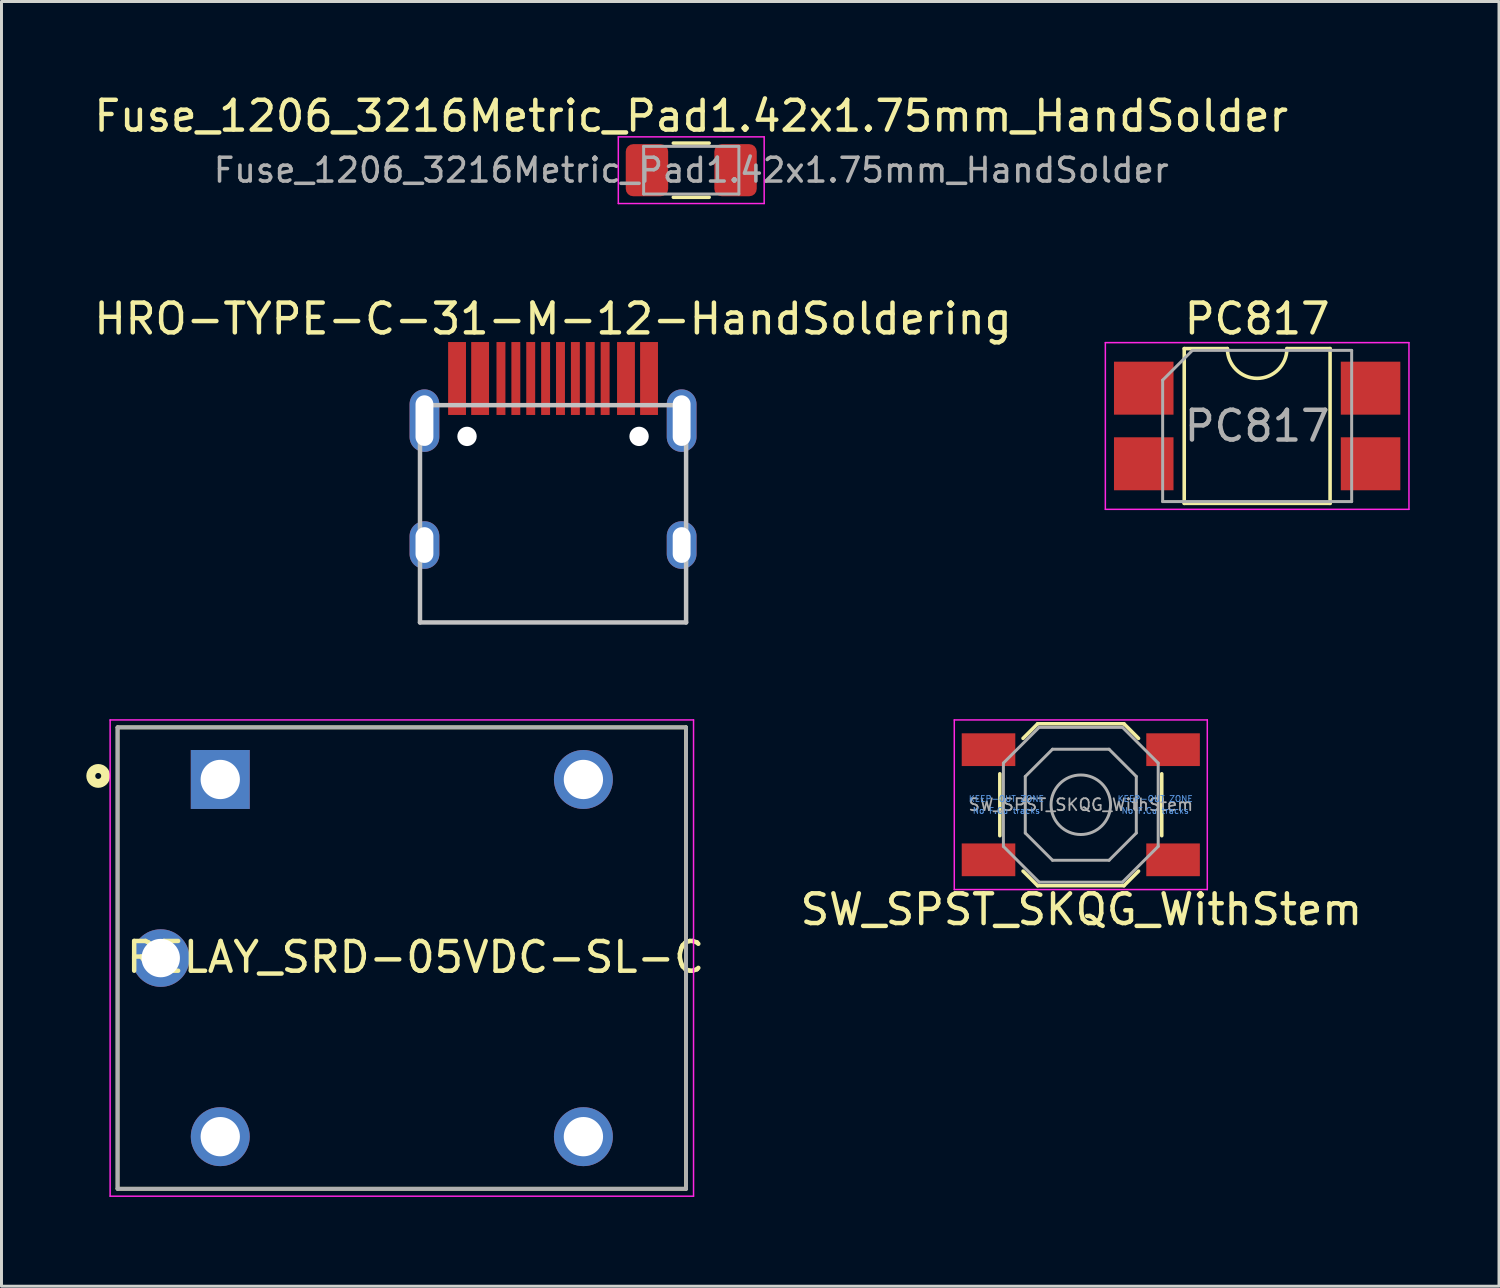
<source format=kicad_pcb>
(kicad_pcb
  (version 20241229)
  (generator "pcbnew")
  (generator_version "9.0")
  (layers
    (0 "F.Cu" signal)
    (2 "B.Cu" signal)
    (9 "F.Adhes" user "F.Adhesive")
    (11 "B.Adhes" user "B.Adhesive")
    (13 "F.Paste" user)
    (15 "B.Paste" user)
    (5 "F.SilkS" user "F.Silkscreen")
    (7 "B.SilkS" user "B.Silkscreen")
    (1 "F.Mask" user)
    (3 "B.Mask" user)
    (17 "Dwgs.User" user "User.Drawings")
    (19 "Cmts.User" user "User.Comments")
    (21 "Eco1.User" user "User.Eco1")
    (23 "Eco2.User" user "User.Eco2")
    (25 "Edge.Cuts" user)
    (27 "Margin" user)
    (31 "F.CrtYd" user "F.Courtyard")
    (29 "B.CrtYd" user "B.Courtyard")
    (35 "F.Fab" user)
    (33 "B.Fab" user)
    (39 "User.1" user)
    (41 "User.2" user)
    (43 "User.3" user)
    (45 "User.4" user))
  (footprint "RELAY_SRD-05VDC-SL-C"
    (layer "F.Cu")
    (at 10.45 29.137)
    (property "Reference" "RELAY_SRD-05VDC-SL-C" (at 0.46 -0.03 0) (layer "F.SilkS") (effects (font (size 1 1) (thickness 0.15))))
    (attr through_hole)
    (fp_line (start -9.55 -7.75) (end 9.55 -7.75) (stroke (width 0.127) (type solid)) (layer "F.SilkS"))
    (fp_line (start -9.55 7.75) (end -9.55 -7.75) (stroke (width 0.127) (type solid)) (layer "F.SilkS"))
    (fp_line (start 9.55 -7.75) (end 9.55 7.75) (stroke (width 0.127) (type solid)) (layer "F.SilkS"))
    (fp_line (start 9.55 7.75) (end -9.55 7.75) (stroke (width 0.127) (type solid)) (layer "F.SilkS"))
    (fp_circle (center -10.2 -6.119) (end -10.1 -6.119) (stroke (width 0.3) (type solid)) (fill no) (layer "F.SilkS"))
    (fp_line (start -9.8 -8) (end 9.8 -8) (stroke (width 0.05) (type solid)) (layer "F.CrtYd"))
    (fp_line (start -9.8 8) (end -9.8 -8) (stroke (width 0.05) (type solid)) (layer "F.CrtYd"))
    (fp_line (start 9.8 -8) (end 9.8 8) (stroke (width 0.05) (type solid)) (layer "F.CrtYd"))
    (fp_line (start 9.8 8) (end -9.8 8) (stroke (width 0.05) (type solid)) (layer "F.CrtYd"))
    (fp_line (start -9.55 -7.75) (end 9.55 -7.75) (stroke (width 0.127) (type solid)) (layer "F.Fab"))
    (fp_line (start -9.55 7.75) (end -9.55 -7.75) (stroke (width 0.127) (type solid)) (layer "F.Fab"))
    (fp_line (start 9.55 -7.75) (end 9.55 7.75) (stroke (width 0.127) (type solid)) (layer "F.Fab"))
    (fp_line (start 9.55 7.75) (end -9.55 7.75) (stroke (width 0.127) (type solid)) (layer "F.Fab"))
    (pad "A1" thru_hole rect (at -6.1 -6) (size 1.98 1.98) (drill 1.32) (layers "*.Cu" "*.Mask"))
    (pad "A2" thru_hole circle (at -6.1 6) (size 1.98 1.98) (drill 1.32) (layers "*.Cu" "*.Mask"))
    (pad "COM" thru_hole circle (at -8.1 0) (size 1.935 1.935) (drill 1.29) (layers "*.Cu" "*.Mask"))
    (pad "NC" thru_hole circle (at 6.1 -6) (size 1.98 1.98) (drill 1.32) (layers "*.Cu" "*.Mask"))
    (pad "NO" thru_hole circle (at 6.1 6) (size 1.98 1.98) (drill 1.32) (layers "*.Cu" "*.Mask")))
  (footprint "SW_SPST_SKQG_WithStem"
    (layer "F.Cu")
    (at 33.26 23.986)
    (property "Reference" "SW_SPST_SKQG_WithStem" (at 0.02 3.52 0) (layer "F.SilkS") (effects (font (size 1 1) (thickness 0.15))))
    (attr smd)
    (fp_line (start -2.72 1.04) (end -2.72 -1.04) (stroke (width 0.12) (type solid)) (layer "F.SilkS"))
    (fp_line (start -1.45 -2.72) (end -1.94 -2.23) (stroke (width 0.12) (type solid)) (layer "F.SilkS"))
    (fp_line (start -1.45 -2.72) (end 1.45 -2.72) (stroke (width 0.12) (type solid)) (layer "F.SilkS"))
    (fp_line (start -1.45 2.72) (end -1.94 2.23) (stroke (width 0.12) (type solid)) (layer "F.SilkS"))
    (fp_line (start -1.45 2.72) (end 1.45 2.72) (stroke (width 0.12) (type solid)) (layer "F.SilkS"))
    (fp_line (start 1.45 -2.72) (end 1.94 -2.23) (stroke (width 0.12) (type solid)) (layer "F.SilkS"))
    (fp_line (start 1.45 2.72) (end 1.94 2.23) (stroke (width 0.12) (type solid)) (layer "F.SilkS"))
    (fp_line (start 2.72 1.04) (end 2.72 -1.04) (stroke (width 0.12) (type solid)) (layer "F.SilkS"))
    (fp_line (start -4.25 -2.85) (end -4.25 2.85) (stroke (width 0.05) (type solid)) (layer "F.CrtYd"))
    (fp_line (start -4.25 2.85) (end 4.25 2.85) (stroke (width 0.05) (type solid)) (layer "F.CrtYd"))
    (fp_line (start 4.25 -2.85) (end -4.25 -2.85) (stroke (width 0.05) (type solid)) (layer "F.CrtYd"))
    (fp_line (start 4.25 2.85) (end 4.25 -2.85) (stroke (width 0.05) (type solid)) (layer "F.CrtYd"))
    (fp_line (start -2.6 -1.4) (end -1.4 -2.6) (stroke (width 0.1) (type solid)) (layer "F.Fab"))
    (fp_line (start -2.6 1.4) (end -2.6 -1.4) (stroke (width 0.1) (type solid)) (layer "F.Fab"))
    (fp_line (start -1.865 0.95) (end -1.865 -0.95) (stroke (width 0.1) (type solid)) (layer "F.Fab"))
    (fp_line (start -1.4 -2.6) (end 1.4 -2.6) (stroke (width 0.1) (type solid)) (layer "F.Fab"))
    (fp_line (start -1.4 2.6) (end -2.6 1.4) (stroke (width 0.1) (type solid)) (layer "F.Fab"))
    (fp_line (start -0.95 -1.865) (end -1.865 -0.95) (stroke (width 0.1) (type solid)) (layer "F.Fab"))
    (fp_line (start -0.95 -1.865) (end 0.95 -1.865) (stroke (width 0.1) (type solid)) (layer "F.Fab"))
    (fp_line (start -0.95 1.865) (end -1.865 0.95) (stroke (width 0.1) (type solid)) (layer "F.Fab"))
    (fp_line (start 0.95 -1.865) (end 1.865 -0.95) (stroke (width 0.1) (type solid)) (layer "F.Fab"))
    (fp_line (start 0.95 1.865) (end -0.95 1.865) (stroke (width 0.1) (type solid)) (layer "F.Fab"))
    (fp_line (start 0.95 1.865) (end 1.865 0.95) (stroke (width 0.1) (type solid)) (layer "F.Fab"))
    (fp_line (start 1.4 -2.6) (end 2.6 -1.4) (stroke (width 0.1) (type solid)) (layer "F.Fab"))
    (fp_line (start 1.4 2.6) (end -1.4 2.6) (stroke (width 0.1) (type solid)) (layer "F.Fab"))
    (fp_line (start 1.865 -0.95) (end 1.865 0.95) (stroke (width 0.1) (type solid)) (layer "F.Fab"))
    (fp_line (start 2.6 -1.4) (end 2.6 1.4) (stroke (width 0.1) (type solid)) (layer "F.Fab"))
    (fp_line (start 2.6 1.4) (end 1.4 2.6) (stroke (width 0.1) (type solid)) (layer "F.Fab"))
    (fp_circle (center 0 0) (end 1 0) (stroke (width 0.1) (type solid)) (fill no) (layer "F.Fab"))
    (fp_text user "No F.Cu tracks" (at 2.5 0.2 0) (layer "Cmts.User") (effects (font (size 0.2 0.2) (thickness 0.03))))
    (fp_text user "KEEP-OUT ZONE" (at -2.5 -0.2 0) (layer "Cmts.User") (effects (font (size 0.2 0.2) (thickness 0.03))))
    (fp_text user "No F.Cu tracks" (at -2.5 0.2 0) (layer "Cmts.User") (effects (font (size 0.2 0.2) (thickness 0.03))))
    (fp_text user "KEEP-OUT ZONE" (at 2.5 -0.2 0) (layer "Cmts.User") (effects (font (size 0.2 0.2) (thickness 0.03))))
    (fp_text user "${REFERENCE}" (at 0 0 0) (layer "F.Fab") (effects (font (size 0.4 0.4) (thickness 0.06))))
    (pad "1" smd rect (at -3.1 -1.85) (size 1.8 1.1) (layers "F.Cu" "F.Mask" "F.Paste"))
    (pad "1" smd rect (at 3.1 -1.85) (size 1.8 1.1) (layers "F.Cu" "F.Mask" "F.Paste"))
    (pad "2" smd rect (at -3.1 1.85) (size 1.8 1.1) (layers "F.Cu" "F.Mask" "F.Paste"))
    (pad "2" smd rect (at 3.1 1.85) (size 1.8 1.1) (layers "F.Cu" "F.Mask" "F.Paste"))
    (zone (net_name "") (layer "F.Cu") (hatch full 0.508) (connect_pads) (min_thickness 0.254) (filled_areas_thickness no) (keepout (tracks not_allowed) (vias not_allowed) (pads not_allowed) (copperpour not_allowed) (footprints not_allowed)) (placement (enabled no)) (fill) (polygon (pts (xy 29.26 22.686) (xy 32.26 22.686) (xy 32.26 25.287) (xy 29.26 25.287))))
    (zone (net_name "") (layer "F.Cu") (hatch full 0.508) (connect_pads) (min_thickness 0.254) (filled_areas_thickness no) (keepout (tracks not_allowed) (vias not_allowed) (pads not_allowed) (copperpour not_allowed) (footprints not_allowed)) (placement (enabled no)) (fill) (polygon (pts (xy 34.26 22.686) (xy 37.26 22.686) (xy 37.26 25.287) (xy 34.26 25.287)))))
  (footprint "Fuse_1206_3216Metric_Pad1.42x1.75mm_HandSolder"
    (layer "F.Cu")
    (at 20.173 2.668)
    (property "Reference" "Fuse_1206_3216Metric_Pad1.42x1.75mm_HandSolder" (at 0 -1.82 0) (layer "F.SilkS") (effects (font (size 1 1) (thickness 0.15))))
    (attr smd)
    (fp_line (start -0.602 -0.91) (end 0.602 -0.91) (stroke (width 0.12) (type solid)) (layer "F.SilkS"))
    (fp_line (start -0.602 0.91) (end 0.602 0.91) (stroke (width 0.12) (type solid)) (layer "F.SilkS"))
    (fp_line (start -2.45 -1.12) (end 2.45 -1.12) (stroke (width 0.05) (type solid)) (layer "F.CrtYd"))
    (fp_line (start -2.45 1.12) (end -2.45 -1.12) (stroke (width 0.05) (type solid)) (layer "F.CrtYd"))
    (fp_line (start 2.45 -1.12) (end 2.45 1.12) (stroke (width 0.05) (type solid)) (layer "F.CrtYd"))
    (fp_line (start 2.45 1.12) (end -2.45 1.12) (stroke (width 0.05) (type solid)) (layer "F.CrtYd"))
    (fp_line (start -1.6 -0.8) (end 1.6 -0.8) (stroke (width 0.1) (type solid)) (layer "F.Fab"))
    (fp_line (start -1.6 0.8) (end -1.6 -0.8) (stroke (width 0.1) (type solid)) (layer "F.Fab"))
    (fp_line (start 1.6 -0.8) (end 1.6 0.8) (stroke (width 0.1) (type solid)) (layer "F.Fab"))
    (fp_line (start 1.6 0.8) (end -1.6 0.8) (stroke (width 0.1) (type solid)) (layer "F.Fab"))
    (fp_text user "${REFERENCE}" (at 0 0 0) (layer "F.Fab") (effects (font (size 0.8 0.8) (thickness 0.12))))
    (pad "1" smd roundrect (at -1.488 0) (size 1.425 1.75) (layers "F.Cu" "F.Mask" "F.Paste") (roundrect_rratio 0.175))
    (pad "2" smd roundrect (at 1.488 0) (size 1.425 1.75) (layers "F.Cu" "F.Mask" "F.Paste") (roundrect_rratio 0.175)))
  (footprint "PC817"
    (layer "F.Cu")
    (at 39.185 11.261)
    (property "Reference" "PC817" (at 0 -3.6 180) (layer "F.SilkS") (effects (font (size 1 1) (thickness 0.15))))
    (attr smd)
    (fp_line (start -2.45 -2.6) (end -2.45 2.6) (stroke (width 0.12) (type solid)) (layer "F.SilkS"))
    (fp_line (start -2.45 2.6) (end 2.45 2.6) (stroke (width 0.12) (type solid)) (layer "F.SilkS"))
    (fp_line (start -1 -2.6) (end -2.45 -2.6) (stroke (width 0.12) (type solid)) (layer "F.SilkS"))
    (fp_line (start 2.45 -2.6) (end 1 -2.6) (stroke (width 0.12) (type solid)) (layer "F.SilkS"))
    (fp_line (start 2.45 2.6) (end 2.45 -2.6) (stroke (width 0.12) (type solid)) (layer "F.SilkS"))
    (fp_arc (start 1 -2.6) (mid 0 -1.6) (end -1 -2.6) (stroke (width 0.12) (type solid)) (layer "F.SilkS"))
    (fp_line (start -5.1 -2.8) (end -5.1 2.8) (stroke (width 0.05) (type solid)) (layer "F.CrtYd"))
    (fp_line (start -5.1 2.8) (end 5.1 2.8) (stroke (width 0.05) (type solid)) (layer "F.CrtYd"))
    (fp_line (start 5.1 -2.8) (end -5.1 -2.8) (stroke (width 0.05) (type solid)) (layer "F.CrtYd"))
    (fp_line (start 5.1 2.8) (end 5.1 -2.8) (stroke (width 0.05) (type solid)) (layer "F.CrtYd"))
    (fp_line (start -3.175 -1.54) (end -2.175 -2.54) (stroke (width 0.1) (type solid)) (layer "F.Fab"))
    (fp_line (start -3.175 2.54) (end -3.175 -1.54) (stroke (width 0.1) (type solid)) (layer "F.Fab"))
    (fp_line (start -2.175 -2.54) (end 3.175 -2.54) (stroke (width 0.1) (type solid)) (layer "F.Fab"))
    (fp_line (start 3.175 -2.54) (end 3.175 2.54) (stroke (width 0.1) (type solid)) (layer "F.Fab"))
    (fp_line (start 3.175 2.54) (end -3.175 2.54) (stroke (width 0.1) (type solid)) (layer "F.Fab"))
    (fp_text user "${REFERENCE}" (at 0 0 180) (layer "F.Fab") (effects (font (size 1 1) (thickness 0.15))))
    (pad "1" smd rect (at -3.81 -1.27) (size 2 1.78) (layers "F.Cu" "F.Mask" "F.Paste"))
    (pad "2" smd rect (at -3.81 1.27) (size 2 1.78) (layers "F.Cu" "F.Mask" "F.Paste"))
    (pad "3" smd rect (at 3.81 1.27) (size 2 1.78) (layers "F.Cu" "F.Mask" "F.Paste"))
    (pad "4" smd rect (at 3.81 -1.27) (size 2 1.78) (layers "F.Cu" "F.Mask" "F.Paste")))
  (footprint "HRO-TYPE-C-31-M-12-HandSoldering"
    (layer "F.Cu")
    (at 15.53 17.861)
    (property "Reference" "HRO-TYPE-C-31-M-12-HandSoldering" (at 0 -10.2 0) (layer "F.SilkS") (effects (font (size 1 1) (thickness 0.15))))
    (attr smd)
    (fp_line (start -4.47 -7.3) (end 4.47 -7.3) (stroke (width 0.15) (type solid)) (layer "Dwgs.User"))
    (fp_line (start -4.47 0) (end -4.47 -7.3) (stroke (width 0.15) (type solid)) (layer "Dwgs.User"))
    (fp_line (start -4.47 0) (end 4.47 0) (stroke (width 0.15) (type solid)) (layer "Dwgs.User"))
    (fp_line (start 4.47 0) (end 4.47 -7.3) (stroke (width 0.15) (type solid)) (layer "Dwgs.User"))
    (pad "" np_thru_hole circle (at -2.89 -6.25) (size 0.65 0.65) (drill 0.65) (layers "*.Cu" "*.Mask"))
    (pad "" np_thru_hole circle (at 2.89 -6.25) (size 0.65 0.65) (drill 0.65) (layers "*.Cu" "*.Mask"))
    (pad "1" smd rect (at -3.225 -8.195) (size 0.6 2.45) (layers "F.Cu" "F.Mask" "F.Paste"))
    (pad "2" smd rect (at -2.45 -8.195) (size 0.6 2.45) (layers "F.Cu" "F.Mask" "F.Paste"))
    (pad "3" smd rect (at -1.75 -8.195) (size 0.3 2.45) (layers "F.Cu" "F.Mask" "F.Paste"))
    (pad "4" smd rect (at -1.25 -8.195) (size 0.3 2.45) (layers "F.Cu" "F.Mask" "F.Paste"))
    (pad "5" smd rect (at -0.75 -8.195) (size 0.3 2.45) (layers "F.Cu" "F.Mask" "F.Paste"))
    (pad "6" smd rect (at -0.25 -8.195) (size 0.3 2.45) (layers "F.Cu" "F.Mask" "F.Paste"))
    (pad "7" smd rect (at 0.25 -8.195) (size 0.3 2.45) (layers "F.Cu" "F.Mask" "F.Paste"))
    (pad "8" smd rect (at 0.75 -8.195) (size 0.3 2.45) (layers "F.Cu" "F.Mask" "F.Paste"))
    (pad "9" smd rect (at 1.25 -8.195) (size 0.3 2.45) (layers "F.Cu" "F.Mask" "F.Paste"))
    (pad "10" smd rect (at 1.75 -8.195) (size 0.3 2.45) (layers "F.Cu" "F.Mask" "F.Paste"))
    (pad "11" smd rect (at 2.45 -8.195) (size 0.6 2.45) (layers "F.Cu" "F.Mask" "F.Paste"))
    (pad "12" smd rect (at 3.225 -8.195) (size 0.6 2.45) (layers "F.Cu" "F.Mask" "F.Paste"))
    (pad "13" thru_hole oval (at -4.32 -6.78) (size 1 2.1) (drill oval 0.6 1.7) (layers "*.Cu" "B.Mask"))
    (pad "13" thru_hole oval (at -4.32 -2.6) (size 1 1.6) (drill oval 0.6 1.2) (layers "*.Cu" "B.Mask"))
    (pad "13" thru_hole oval (at 4.32 -6.78) (size 1 2.1) (drill oval 0.6 1.7) (layers "*.Cu" "B.Mask"))
    (pad "13" thru_hole oval (at 4.32 -2.6) (size 1 1.6) (drill oval 0.6 1.2) (layers "*.Cu" "B.Mask")))
  (gr_rect
    (start -3 -3)
    (end 47.31 40.161)
    (stroke (width 0.1) (type default))
    (fill no)
    (layer "Edge.Cuts")))
</source>
